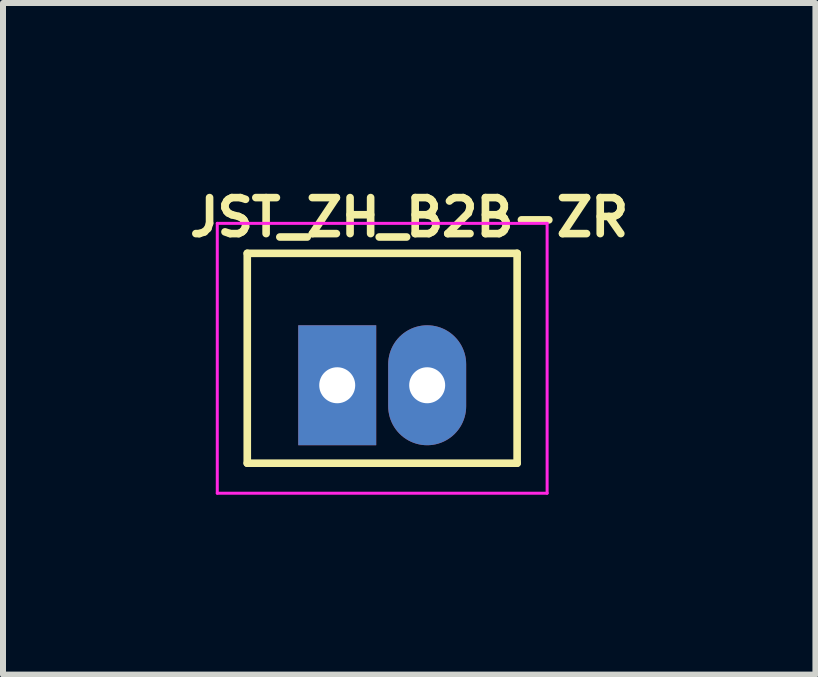
<source format=kicad_pcb>
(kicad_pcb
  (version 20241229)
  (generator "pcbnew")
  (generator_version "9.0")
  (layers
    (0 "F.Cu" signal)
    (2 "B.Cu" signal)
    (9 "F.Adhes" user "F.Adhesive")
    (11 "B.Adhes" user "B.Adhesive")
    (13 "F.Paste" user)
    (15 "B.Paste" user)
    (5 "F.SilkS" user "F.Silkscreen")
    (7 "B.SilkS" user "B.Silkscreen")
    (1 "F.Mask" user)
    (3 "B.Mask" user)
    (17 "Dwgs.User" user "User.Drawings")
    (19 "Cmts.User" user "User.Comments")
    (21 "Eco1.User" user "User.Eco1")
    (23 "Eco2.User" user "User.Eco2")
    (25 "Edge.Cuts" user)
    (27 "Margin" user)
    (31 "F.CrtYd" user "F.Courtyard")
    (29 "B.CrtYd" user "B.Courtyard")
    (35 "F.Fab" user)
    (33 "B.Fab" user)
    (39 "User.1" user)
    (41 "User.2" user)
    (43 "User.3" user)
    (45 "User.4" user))
  (footprint "JST_ZH_B2B-ZR"
    (layer "F.Cu")
    (at 3.373 2.924)
    (property "Reference" "JST_ZH_B2B-ZR" (at 0.4 -2.35 0) (layer "F.SilkS") (effects (font (size 0.6 0.6) (thickness 0.127))))
    (attr through_hole)
    (fp_line (start -2.3 -1.75) (end -2.3 1.75) (stroke (width 0.127) (type solid)) (layer "F.SilkS"))
    (fp_line (start -2.3 -1.75) (end 2.2 -1.75) (stroke (width 0.127) (type solid)) (layer "F.SilkS"))
    (fp_line (start -2.3 1.75) (end 2.2 1.75) (stroke (width 0.127) (type solid)) (layer "F.SilkS"))
    (fp_line (start 2.2 1.75) (end 2.2 -1.75) (stroke (width 0.127) (type solid)) (layer "F.SilkS"))
    (fp_line (start -2.8 -2.25) (end 2.7 -2.25) (stroke (width 0.05) (type solid)) (layer "F.CrtYd"))
    (fp_line (start -2.8 2.25) (end -2.8 -2.25) (stroke (width 0.05) (type solid)) (layer "F.CrtYd"))
    (fp_line (start 2.7 -2.25) (end 2.7 2.25) (stroke (width 0.05) (type solid)) (layer "F.CrtYd"))
    (fp_line (start 2.7 2.25) (end -2.8 2.25) (stroke (width 0.05) (type solid)) (layer "F.CrtYd"))
    (pad "1" thru_hole rect (at -0.8 0.45) (size 1.3 2) (drill 0.6) (layers "*.Cu" "*.Mask"))
    (pad "2" thru_hole oval (at 0.7 0.45) (size 1.3 2) (drill 0.6) (layers "*.Cu" "*.Mask")))
  (gr_rect
    (start -3 -3)
    (end 10.547 8.199)
    (stroke (width 0.1) (type default))
    (fill no)
    (layer "Edge.Cuts")))
</source>
